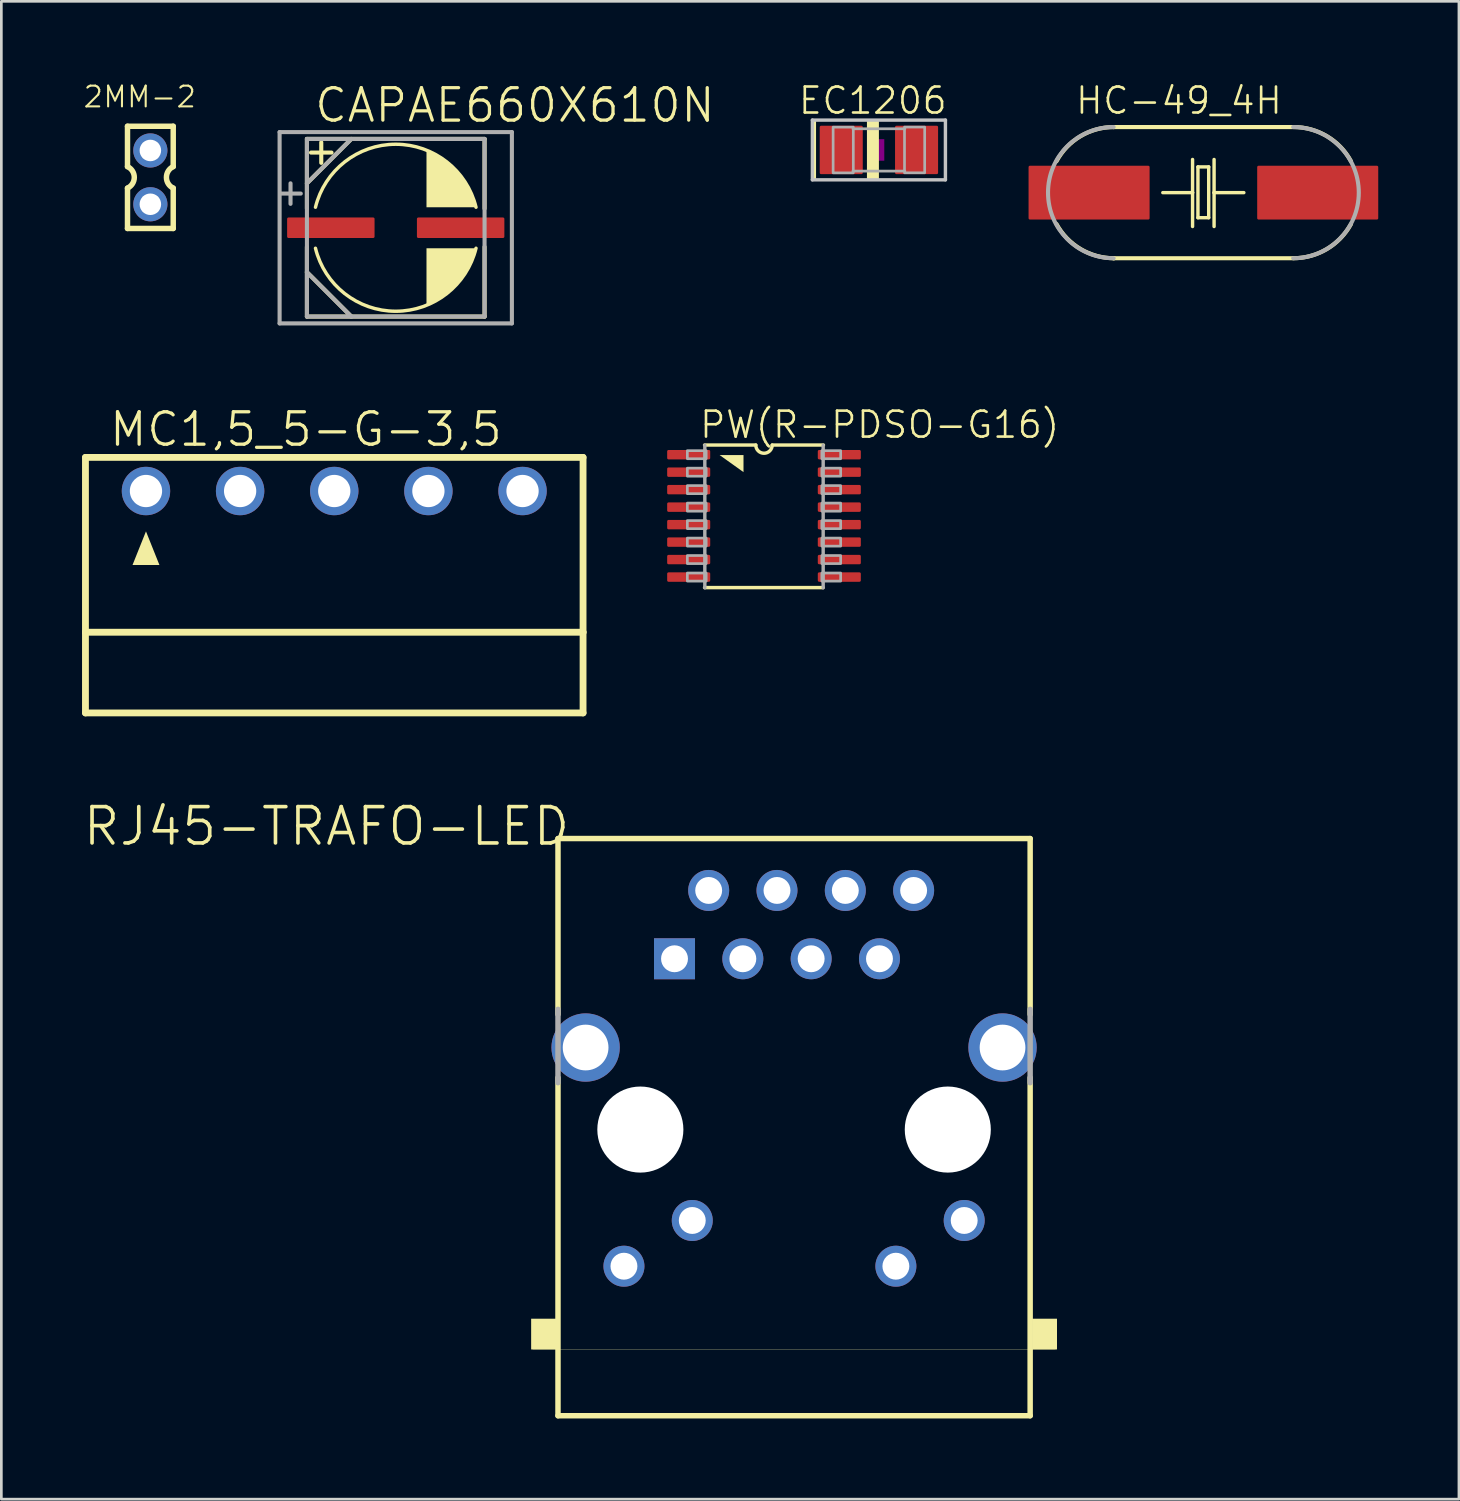
<source format=kicad_pcb>
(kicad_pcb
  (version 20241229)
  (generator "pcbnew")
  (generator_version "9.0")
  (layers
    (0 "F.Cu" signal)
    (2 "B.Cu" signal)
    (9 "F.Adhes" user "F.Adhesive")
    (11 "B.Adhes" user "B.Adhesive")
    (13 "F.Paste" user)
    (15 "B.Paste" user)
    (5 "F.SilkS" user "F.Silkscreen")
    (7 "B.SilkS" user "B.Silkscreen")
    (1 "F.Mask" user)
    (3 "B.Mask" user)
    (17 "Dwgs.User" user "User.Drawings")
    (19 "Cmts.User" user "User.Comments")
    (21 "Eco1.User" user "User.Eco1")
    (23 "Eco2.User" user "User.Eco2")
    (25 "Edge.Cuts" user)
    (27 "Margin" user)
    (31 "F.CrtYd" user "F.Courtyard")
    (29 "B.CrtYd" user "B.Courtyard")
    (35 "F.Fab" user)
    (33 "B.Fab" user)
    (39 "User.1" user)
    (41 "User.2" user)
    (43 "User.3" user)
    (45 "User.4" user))
  (footprint "CAPAE660X610N"
    (layer "F.Cu")
    (at 11.663 5.417)
    (property "Reference" "CAPAE660X610N" (at -3.086 -3.848 0) (layer "F.SilkS") (effects (font (size 1.206 1.206) (thickness 0.121)) (justify left bottom)))
    (attr through_hole)
    (fp_line (start -3.302 -3.302) (end -3.302 -0.711) (stroke (width 0.152) (type solid)) (layer "F.SilkS"))
    (fp_line (start -3.302 -1.651) (end -1.651 -3.302) (stroke (width 0.152) (type solid)) (layer "F.SilkS"))
    (fp_line (start -3.302 0.711) (end -3.302 1.651) (stroke (width 0.152) (type solid)) (layer "F.SilkS"))
    (fp_line (start -3.302 1.651) (end -3.302 3.302) (stroke (width 0.152) (type solid)) (layer "F.SilkS"))
    (fp_line (start -3.302 1.651) (end -1.651 3.302) (stroke (width 0.152) (type solid)) (layer "F.SilkS"))
    (fp_line (start -3.302 3.302) (end 3.302 3.302) (stroke (width 0.152) (type solid)) (layer "F.SilkS"))
    (fp_line (start -2.769 -3.175) (end -2.769 -2.413) (stroke (width 0.152) (type solid)) (layer "F.SilkS"))
    (fp_line (start -2.388 -2.794) (end -3.15 -2.794) (stroke (width 0.152) (type solid)) (layer "F.SilkS"))
    (fp_line (start 3.302 -3.302) (end -3.302 -3.302) (stroke (width 0.152) (type solid)) (layer "F.SilkS"))
    (fp_line (start 3.302 -0.711) (end 3.302 -3.302) (stroke (width 0.152) (type solid)) (layer "F.SilkS"))
    (fp_line (start 3.302 3.302) (end 3.302 0.711) (stroke (width 0.152) (type solid)) (layer "F.SilkS"))
    (fp_arc (start -2.9845 -0.761998) (mid -0.000001 -3.104349) (end 2.9845 -0.762) (stroke (width 0.127) (type solid)) (layer "F.SilkS"))
    (fp_arc (start 2.9845 0.761998) (mid 0.000001 3.104349) (end -2.9845 0.762) (stroke (width 0.127) (type solid)) (layer "F.SilkS"))
    (fp_poly (pts (xy 2.985 -0.762) (xy 1.143 -0.762) (xy 1.143 -2.857) (xy 1.143 -2.857) (xy 1.518 -2.682) (xy 1.865 -2.456) (xy 2.178 -2.186) (xy 2.451 -1.875) (xy 2.68 -1.53)) (stroke (width 0) (type solid)) (fill yes) (layer "F.SilkS"))
    (fp_poly (pts (xy 2.985 0.762) (xy 1.143 0.762) (xy 1.143 2.857) (xy 1.143 2.857) (xy 1.518 2.682) (xy 1.865 2.456) (xy 2.178 2.186) (xy 2.451 1.875) (xy 2.68 1.53)) (stroke (width 0) (type solid)) (fill yes) (layer "F.SilkS"))
    (fp_line (start -4.318 -3.556) (end 4.318 -3.556) (stroke (width 0.152) (type solid)) (layer "F.Fab"))
    (fp_line (start -4.318 3.556) (end -4.318 -3.556) (stroke (width 0.152) (type solid)) (layer "F.Fab"))
    (fp_line (start -3.912 -1.651) (end -3.912 -0.889) (stroke (width 0.152) (type solid)) (layer "F.Fab"))
    (fp_line (start -3.531 -1.27) (end -4.293 -1.27) (stroke (width 0.152) (type solid)) (layer "F.Fab"))
    (fp_line (start -3.302 -3.302) (end -3.302 3.302) (stroke (width 0.152) (type solid)) (layer "F.Fab"))
    (fp_line (start -3.302 -1.651) (end -1.651 -3.302) (stroke (width 0.152) (type solid)) (layer "F.Fab"))
    (fp_line (start -3.302 1.651) (end -1.651 3.302) (stroke (width 0.152) (type solid)) (layer "F.Fab"))
    (fp_line (start -3.302 3.302) (end 3.302 3.302) (stroke (width 0.152) (type solid)) (layer "F.Fab"))
    (fp_line (start 3.302 -3.302) (end -3.302 -3.302) (stroke (width 0.152) (type solid)) (layer "F.Fab"))
    (fp_line (start 3.302 3.302) (end 3.302 -3.302) (stroke (width 0.152) (type solid)) (layer "F.Fab"))
    (fp_line (start 4.318 -3.556) (end 4.318 3.556) (stroke (width 0.152) (type solid)) (layer "F.Fab"))
    (fp_line (start 4.318 3.556) (end -4.318 3.556) (stroke (width 0.152) (type solid)) (layer "F.Fab"))
    (pad "1" smd roundrect (at -2.413 0) (size 3.251 0.762) (layers "F.Cu" "F.Mask" "F.Paste") (roundrect_rratio 0.067))
    (pad "2" smd roundrect (at 2.413 0) (size 3.251 0.762) (layers "F.Cu" "F.Mask" "F.Paste") (roundrect_rratio 0.067)))
  (footprint "RJ45-TRAFO-LED"
    (layer "F.Cu")
    (at 26.472 38.945)
    (property "Reference" "RJ45-TRAFO-LED" (at -8.255 -12.065 0) (layer "F.SilkS") (effects (font (size 1.351 1.351) (thickness 0.135)) (justify right top)))
    (attr through_hole)
    (fp_line (start -8.777 -10.819) (end 8.777 -10.819) (stroke (width 0.203) (type solid)) (layer "F.SilkS"))
    (fp_line (start -8.777 -4.283) (end -8.777 -10.819) (stroke (width 0.203) (type solid)) (layer "F.SilkS"))
    (fp_line (start -8.777 10.639) (end -8.777 -1.929) (stroke (width 0.203) (type solid)) (layer "F.SilkS"))
    (fp_line (start 8.777 -10.819) (end 8.777 -4.283) (stroke (width 0.203) (type solid)) (layer "F.SilkS"))
    (fp_line (start 8.777 -1.929) (end 8.777 10.639) (stroke (width 0.203) (type solid)) (layer "F.SilkS"))
    (fp_line (start 8.777 10.639) (end -8.777 10.639) (stroke (width 0.203) (type solid)) (layer "F.SilkS"))
    (fp_line (start 9.716 8.18) (end -9.716 8.18) (stroke (width 0.01) (type solid)) (layer "F.SilkS"))
    (fp_poly (pts (xy -9.775 8.175) (xy -8.85 8.175) (xy -8.85 7.032) (xy -9.775 7.032)) (stroke (width 0) (type solid)) (fill yes) (layer "F.SilkS"))
    (fp_poly (pts (xy 8.85 8.175) (xy 9.775 8.175) (xy 9.775 7.032) (xy 8.85 7.032)) (stroke (width 0) (type solid)) (fill yes) (layer "F.SilkS"))
    (fp_line (start -8.777 -1.743) (end -8.777 -4.469) (stroke (width 0.203) (type solid)) (layer "F.Fab"))
    (fp_line (start 8.777 -4.469) (end 8.777 -1.743) (stroke (width 0.203) (type solid)) (layer "F.Fab"))
    (pad "" np_thru_hole circle (at -5.715 0) (size 3.2 3.2) (drill 3.2) (layers "*.Cu" "*.Mask"))
    (pad "" np_thru_hole circle (at 5.715 0) (size 3.2 3.2) (drill 3.2) (layers "*.Cu" "*.Mask"))
    (pad "1" thru_hole rect (at -4.445 -6.35) (size 1.524 1.524) (drill 1) (layers "*.Cu" "*.Mask"))
    (pad "2" thru_hole circle (at -3.175 -8.89) (size 1.524 1.524) (drill 1) (layers "*.Cu" "*.Mask"))
    (pad "3" thru_hole circle (at -1.905 -6.35) (size 1.524 1.524) (drill 1) (layers "*.Cu" "*.Mask"))
    (pad "4" thru_hole circle (at -0.635 -8.89) (size 1.524 1.524) (drill 1) (layers "*.Cu" "*.Mask"))
    (pad "5" thru_hole circle (at 0.635 -6.35) (size 1.524 1.524) (drill 1) (layers "*.Cu" "*.Mask"))
    (pad "6" thru_hole circle (at 1.905 -8.89) (size 1.524 1.524) (drill 1) (layers "*.Cu" "*.Mask"))
    (pad "7" thru_hole circle (at 3.175 -6.35) (size 1.524 1.524) (drill 1) (layers "*.Cu" "*.Mask"))
    (pad "8" thru_hole circle (at 4.445 -8.89) (size 1.524 1.524) (drill 1) (layers "*.Cu" "*.Mask"))
    (pad "9" thru_hole circle (at -6.325 5.08) (size 1.524 1.524) (drill 1) (layers "*.Cu" "*.Mask"))
    (pad "10" thru_hole circle (at -3.785 3.38) (size 1.524 1.524) (drill 1) (layers "*.Cu" "*.Mask"))
    (pad "11" thru_hole circle (at 3.785 5.08) (size 1.524 1.524) (drill 1) (layers "*.Cu" "*.Mask"))
    (pad "12" thru_hole circle (at 6.325 3.38) (size 1.524 1.524) (drill 1) (layers "*.Cu" "*.Mask"))
    (pad "SH" thru_hole circle (at -7.75 -3.05) (size 2.54 2.54) (drill 1.7) (layers "*.Cu" "*.Mask"))
    (pad "SH2" thru_hole circle (at 7.75 -3.05) (size 2.54 2.54) (drill 1.7) (layers "*.Cu" "*.Mask")))
  (footprint "HC-49_4H"
    (layer "F.Cu")
    (at 41.69 4.112)
    (property "Reference" "HC-49_4H" (at -4.81 -2.857 0) (layer "F.SilkS") (effects (font (size 0.965 0.965) (thickness 0.097)) (justify left bottom)))
    (attr through_hole)
    (fp_line (start -3.353 -2.438) (end -3.327 -2.438) (stroke (width 0.152) (type solid)) (layer "F.SilkS"))
    (fp_line (start -3.353 2.438) (end -3.327 2.438) (stroke (width 0.152) (type solid)) (layer "F.SilkS"))
    (fp_line (start -3.327 -2.438) (end 3.327 -2.438) (stroke (width 0.152) (type solid)) (layer "F.SilkS"))
    (fp_line (start -3.327 2.438) (end 3.327 2.438) (stroke (width 0.152) (type solid)) (layer "F.SilkS"))
    (fp_line (start -1.509 0) (end -0.403 0) (stroke (width 0.127) (type solid)) (layer "F.SilkS"))
    (fp_line (start -0.403 0) (end -0.403 -1.233) (stroke (width 0.127) (type solid)) (layer "F.SilkS"))
    (fp_line (start -0.403 1.259) (end -0.403 0) (stroke (width 0.127) (type solid)) (layer "F.SilkS"))
    (fp_line (start -0.203 -0.957) (end 0.197 -0.957) (stroke (width 0.127) (type solid)) (layer "F.SilkS"))
    (fp_line (start -0.203 0.932) (end -0.203 -0.957) (stroke (width 0.127) (type solid)) (layer "F.SilkS"))
    (fp_line (start 0.197 -0.957) (end 0.197 0.932) (stroke (width 0.127) (type solid)) (layer "F.SilkS"))
    (fp_line (start 0.197 0.932) (end -0.203 0.932) (stroke (width 0.127) (type solid)) (layer "F.SilkS"))
    (fp_line (start 0.397 -1.233) (end 0.397 0) (stroke (width 0.127) (type solid)) (layer "F.SilkS"))
    (fp_line (start 0.397 0) (end 0.397 1.259) (stroke (width 0.127) (type solid)) (layer "F.SilkS"))
    (fp_line (start 1.504 0) (end 0.397 0) (stroke (width 0.127) (type solid)) (layer "F.SilkS"))
    (fp_arc (start -5.461 -1.168399) (mid -4.569447 -2.097814) (end -3.3274 -2.4384) (stroke (width 0.1524) (type solid)) (layer "F.SilkS"))
    (fp_arc (start -3.3274 2.4384) (mid -4.567733 2.094937) (end -5.460999 1.1684) (stroke (width 0.1524) (type solid)) (layer "F.SilkS"))
    (fp_arc (start 3.3528 -2.4384) (mid 4.594847 -2.097814) (end 5.4864 -1.168399) (stroke (width 0.1524) (type solid)) (layer "F.SilkS"))
    (fp_arc (start 5.486399 1.1684) (mid 4.593133 2.094937) (end 3.3528 2.4384) (stroke (width 0.1524) (type solid)) (layer "F.SilkS"))
    (fp_arc (start -3.3384 2.4384) (mid -5.7768 0) (end -3.3384 -2.4384) (stroke (width 0.1524) (type solid)) (layer "F.Fab"))
    (fp_arc (start 3.3384 -2.4384) (mid 5.7768 0) (end 3.3384 2.4384) (stroke (width 0.1524) (type solid)) (layer "F.Fab"))
    (pad "1" smd roundrect (at -4.25 0) (size 4.5 2) (layers "F.Cu" "F.Mask" "F.Paste") (roundrect_rratio 0.025))
    (pad "2" smd roundrect (at 4.25 0) (size 4.5 2) (layers "F.Cu" "F.Mask" "F.Paste") (roundrect_rratio 0.025)))
  (footprint "PW(R-PDSO-G16)"
    (layer "F.Cu")
    (at 25.354 16.154)
    (property "Reference" "PW(R-PDSO-G16)" (at -2.45 -2.85 0) (layer "F.SilkS") (effects (font (size 0.965 0.965) (thickness 0.097)) (justify left bottom)))
    (attr through_hole)
    (fp_line (start -0.305 -2.658) (end -2.21 -2.658) (stroke (width 0.127) (type solid)) (layer "F.SilkS"))
    (fp_line (start 2.195 2.642) (end -2.21 2.642) (stroke (width 0.127) (type solid)) (layer "F.SilkS"))
    (fp_line (start 2.21 -2.658) (end 0.305 -2.658) (stroke (width 0.127) (type solid)) (layer "F.SilkS"))
    (fp_arc (start 0.3048 -2.6578) (mid 0 -2.353) (end -0.3048 -2.6578) (stroke (width 0.127) (type solid)) (layer "F.SilkS"))
    (fp_poly (pts (xy -1.651 -2.286) (xy -0.762 -2.286) (xy -0.762 -1.651)) (stroke (width 0) (type solid)) (fill yes) (layer "F.SilkS"))
    (fp_line (start -2.2 2.65) (end -2.2 -2.65) (stroke (width 0.127) (type solid)) (layer "F.Fab"))
    (fp_line (start 2.2 2.65) (end 2.2 -2.65) (stroke (width 0.127) (type solid)) (layer "F.Fab"))
    (fp_poly (pts (xy -2.85 -2.15) (xy -2.15 -2.15) (xy -2.15 -2.45) (xy -2.85 -2.45)) (stroke (width 0.1) (type solid)) (fill no) (layer "F.Fab"))
    (fp_poly (pts (xy -2.85 -1.5) (xy -2.15 -1.5) (xy -2.15 -1.8) (xy -2.85 -1.8)) (stroke (width 0.1) (type solid)) (fill no) (layer "F.Fab"))
    (fp_poly (pts (xy -2.85 -0.85) (xy -2.15 -0.85) (xy -2.15 -1.15) (xy -2.85 -1.15)) (stroke (width 0.1) (type solid)) (fill no) (layer "F.Fab"))
    (fp_poly (pts (xy -2.85 -0.2) (xy -2.15 -0.2) (xy -2.15 -0.5) (xy -2.85 -0.5)) (stroke (width 0.1) (type solid)) (fill no) (layer "F.Fab"))
    (fp_poly (pts (xy -2.85 0.45) (xy -2.15 0.45) (xy -2.15 0.15) (xy -2.85 0.15)) (stroke (width 0.1) (type solid)) (fill no) (layer "F.Fab"))
    (fp_poly (pts (xy -2.85 1.1) (xy -2.15 1.1) (xy -2.15 0.8) (xy -2.85 0.8)) (stroke (width 0.1) (type solid)) (fill no) (layer "F.Fab"))
    (fp_poly (pts (xy -2.85 1.75) (xy -2.15 1.75) (xy -2.15 1.45) (xy -2.85 1.45)) (stroke (width 0.1) (type solid)) (fill no) (layer "F.Fab"))
    (fp_poly (pts (xy -2.85 2.4) (xy -2.15 2.4) (xy -2.15 2.1) (xy -2.85 2.1)) (stroke (width 0.1) (type solid)) (fill no) (layer "F.Fab"))
    (fp_poly (pts (xy 2.15 -2.15) (xy 2.85 -2.15) (xy 2.85 -2.45) (xy 2.15 -2.45)) (stroke (width 0.1) (type solid)) (fill no) (layer "F.Fab"))
    (fp_poly (pts (xy 2.15 -1.5) (xy 2.85 -1.5) (xy 2.85 -1.8) (xy 2.15 -1.8)) (stroke (width 0.1) (type solid)) (fill no) (layer "F.Fab"))
    (fp_poly (pts (xy 2.15 -0.85) (xy 2.85 -0.85) (xy 2.85 -1.15) (xy 2.15 -1.15)) (stroke (width 0.1) (type solid)) (fill no) (layer "F.Fab"))
    (fp_poly (pts (xy 2.15 -0.2) (xy 2.85 -0.2) (xy 2.85 -0.5) (xy 2.15 -0.5)) (stroke (width 0.1) (type solid)) (fill no) (layer "F.Fab"))
    (fp_poly (pts (xy 2.15 0.45) (xy 2.85 0.45) (xy 2.85 0.15) (xy 2.15 0.15)) (stroke (width 0.1) (type solid)) (fill no) (layer "F.Fab"))
    (fp_poly (pts (xy 2.15 1.1) (xy 2.85 1.1) (xy 2.85 0.8) (xy 2.15 0.8)) (stroke (width 0.1) (type solid)) (fill no) (layer "F.Fab"))
    (fp_poly (pts (xy 2.15 1.75) (xy 2.85 1.75) (xy 2.85 1.45) (xy 2.15 1.45)) (stroke (width 0.1) (type solid)) (fill no) (layer "F.Fab"))
    (fp_poly (pts (xy 2.15 2.4) (xy 2.85 2.4) (xy 2.85 2.1) (xy 2.15 2.1)) (stroke (width 0.1) (type solid)) (fill no) (layer "F.Fab"))
    (pad "1" smd roundrect (at -2.8 -2.3) (size 1.6 0.35) (layers "F.Cu" "F.Mask" "F.Paste") (roundrect_rratio 0.145))
    (pad "2" smd roundrect (at -2.8 -1.65) (size 1.6 0.35) (layers "F.Cu" "F.Mask" "F.Paste") (roundrect_rratio 0.145))
    (pad "3" smd roundrect (at -2.8 -1) (size 1.6 0.35) (layers "F.Cu" "F.Mask" "F.Paste") (roundrect_rratio 0.145))
    (pad "4" smd roundrect (at -2.8 -0.35) (size 1.6 0.35) (layers "F.Cu" "F.Mask" "F.Paste") (roundrect_rratio 0.145))
    (pad "5" smd roundrect (at -2.8 0.3) (size 1.6 0.35) (layers "F.Cu" "F.Mask" "F.Paste") (roundrect_rratio 0.145))
    (pad "6" smd roundrect (at -2.8 0.95) (size 1.6 0.35) (layers "F.Cu" "F.Mask" "F.Paste") (roundrect_rratio 0.145))
    (pad "7" smd roundrect (at -2.8 1.6) (size 1.6 0.35) (layers "F.Cu" "F.Mask" "F.Paste") (roundrect_rratio 0.145))
    (pad "8" smd roundrect (at -2.8 2.25) (size 1.6 0.35) (layers "F.Cu" "F.Mask" "F.Paste") (roundrect_rratio 0.145))
    (pad "9" smd roundrect (at 2.8 2.25) (size 1.6 0.35) (layers "F.Cu" "F.Mask" "F.Paste") (roundrect_rratio 0.145))
    (pad "10" smd roundrect (at 2.8 1.6) (size 1.6 0.35) (layers "F.Cu" "F.Mask" "F.Paste") (roundrect_rratio 0.145))
    (pad "11" smd roundrect (at 2.8 0.95) (size 1.6 0.35) (layers "F.Cu" "F.Mask" "F.Paste") (roundrect_rratio 0.145))
    (pad "12" smd roundrect (at 2.8 0.3) (size 1.6 0.35) (layers "F.Cu" "F.Mask" "F.Paste") (roundrect_rratio 0.145))
    (pad "13" smd roundrect (at 2.8 -0.35) (size 1.6 0.35) (layers "F.Cu" "F.Mask" "F.Paste") (roundrect_rratio 0.145))
    (pad "14" smd roundrect (at 2.8 -1) (size 1.6 0.35) (layers "F.Cu" "F.Mask" "F.Paste") (roundrect_rratio 0.145))
    (pad "15" smd roundrect (at 2.8 -1.65) (size 1.6 0.35) (layers "F.Cu" "F.Mask" "F.Paste") (roundrect_rratio 0.145))
    (pad "16" smd roundrect (at 2.8 -2.3) (size 1.6 0.35) (layers "F.Cu" "F.Mask" "F.Paste") (roundrect_rratio 0.145)))
  (footprint "MC1,5_5-G-3,5"
    (layer "F.Cu")
    (at 9.377 15.205)
    (property "Reference" "MC1,5_5-G-3,5" (at -8.425 -1.587 0) (layer "F.SilkS") (effects (font (size 1.206 1.206) (thickness 0.121)) (justify left bottom)))
    (attr through_hole)
    (fp_line (start -9.25 -1.25) (end 9.25 -1.25) (stroke (width 0.254) (type solid)) (layer "F.SilkS"))
    (fp_line (start -9.25 5.25) (end -9.25 -1.25) (stroke (width 0.254) (type solid)) (layer "F.SilkS"))
    (fp_line (start -9.25 5.25) (end 9.25 5.25) (stroke (width 0.254) (type solid)) (layer "F.SilkS"))
    (fp_line (start -9.25 8.25) (end -9.25 5.25) (stroke (width 0.254) (type solid)) (layer "F.SilkS"))
    (fp_line (start -9.25 8.25) (end 9.25 8.25) (stroke (width 0.254) (type solid)) (layer "F.SilkS"))
    (fp_line (start 9.25 5.25) (end 9.25 -1.25) (stroke (width 0.254) (type solid)) (layer "F.SilkS"))
    (fp_line (start 9.25 8.25) (end 9.25 5.25) (stroke (width 0.254) (type solid)) (layer "F.SilkS"))
    (fp_poly (pts (xy -7 1.5) (xy -7.5 2.75) (xy -6.5 2.75)) (stroke (width 0) (type solid)) (fill yes) (layer "F.SilkS"))
    (pad "1" thru_hole circle (at -7 0) (size 1.8 1.8) (drill 1.2) (layers "*.Cu" "*.Mask"))
    (pad "2" thru_hole circle (at -3.5 0) (size 1.8 1.8) (drill 1.2) (layers "*.Cu" "*.Mask"))
    (pad "3" thru_hole circle (at 0 0) (size 1.8 1.8) (drill 1.2) (layers "*.Cu" "*.Mask"))
    (pad "4" thru_hole circle (at 3.5 0) (size 1.8 1.8) (drill 1.2) (layers "*.Cu" "*.Mask"))
    (pad "5" thru_hole circle (at 7 0) (size 1.8 1.8) (drill 1.2) (layers "*.Cu" "*.Mask")))
  (footprint "2MM-2"
    (layer "F.Cu")
    (at 2.54 3.544)
    (property "Reference" "2MM-2" (at -2.54 -2.54 180) (layer "F.SilkS") (effects (font (size 0.772 0.772) (thickness 0.077)) (justify left bottom)))
    (attr through_hole)
    (fp_line (start -0.85 -1.9) (end -0.85 -0.4) (stroke (width 0.203) (type solid)) (layer "F.SilkS"))
    (fp_line (start -0.85 0.4) (end -0.85 1.9) (stroke (width 0.203) (type solid)) (layer "F.SilkS"))
    (fp_line (start -0.85 1.9) (end 0.85 1.9) (stroke (width 0.203) (type solid)) (layer "F.SilkS"))
    (fp_line (start 0.85 -1.9) (end -0.85 -1.9) (stroke (width 0.203) (type solid)) (layer "F.SilkS"))
    (fp_line (start 0.85 -0.4) (end 0.85 -1.9) (stroke (width 0.203) (type solid)) (layer "F.SilkS"))
    (fp_line (start 0.85 1.9) (end 0.85 0.4) (stroke (width 0.203) (type solid)) (layer "F.SilkS"))
    (fp_arc (start -0.85 -0.4) (mid -0.597168 -0.000001) (end -0.849998 0.399999) (stroke (width 0.2032) (type solid)) (layer "F.SilkS"))
    (fp_arc (start 0.85 0.4) (mid 0.597168 0.000001) (end 0.849998 -0.399999) (stroke (width 0.2032) (type solid)) (layer "F.SilkS"))
    (fp_poly (pts (xy -0.25 -0.75) (xy 0.25 -0.75) (xy 0.25 -1.25) (xy -0.25 -1.25)) (stroke (width 0.1) (type solid)) (fill no) (layer "F.Fab"))
    (fp_poly (pts (xy -0.25 1.25) (xy 0.25 1.25) (xy 0.25 0.75) (xy -0.25 0.75)) (stroke (width 0.1) (type solid)) (fill no) (layer "F.Fab"))
    (pad "1" thru_hole circle (at 0 1) (size 1.27 1.27) (drill 0.8) (layers "*.Cu" "*.Mask"))
    (pad "2" thru_hole circle (at 0 -1) (size 1.27 1.27) (drill 0.8) (layers "*.Cu" "*.Mask")))
  (footprint "EC1206"
    (layer "F.Cu")
    (at 29.626 2.525)
    (property "Reference" "EC1206" (at -3.048 -1.27 0) (layer "F.SilkS") (effects (font (size 0.965 0.965) (thickness 0.097)) (justify left bottom)))
    (attr through_hole)
    (fp_poly (pts (xy -2.489 1.143) (xy -2.337 1.143) (xy -2.337 -1.143) (xy -2.489 -1.143)) (stroke (width 0) (type solid)) (fill yes) (layer "F.SilkS"))
    (fp_poly (pts (xy -0.445 1.143) (xy 0 1.143) (xy 0 -1.143) (xy -0.445 -1.143)) (stroke (width 0) (type solid)) (fill yes) (layer "F.SilkS"))
    (fp_poly (pts (xy -0.2 0.4) (xy 0.2 0.4) (xy 0.2 -0.4) (xy -0.2 -0.4)) (stroke (width 0) (type solid)) (fill yes) (layer "F.Adhes"))
    (fp_line (start -2.473 -1.11) (end 2.473 -1.11) (stroke (width 0.127) (type solid)) (layer "Dwgs.User"))
    (fp_line (start -2.473 1.11) (end -2.473 -1.11) (stroke (width 0.127) (type solid)) (layer "Dwgs.User"))
    (fp_line (start 2.473 -1.11) (end 2.473 1.11) (stroke (width 0.127) (type solid)) (layer "Dwgs.User"))
    (fp_line (start 2.473 1.11) (end -2.473 1.11) (stroke (width 0.127) (type solid)) (layer "Dwgs.User"))
    (fp_line (start -0.965 -0.787) (end 0.965 -0.787) (stroke (width 0.102) (type solid)) (layer "F.Fab"))
    (fp_line (start -0.965 0.787) (end 0.965 0.787) (stroke (width 0.102) (type solid)) (layer "F.Fab"))
    (fp_poly (pts (xy -1.702 0.851) (xy -0.952 0.851) (xy -0.952 -0.849) (xy -1.702 -0.849)) (stroke (width 0.1) (type solid)) (fill no) (layer "F.Fab"))
    (fp_poly (pts (xy 0.952 0.849) (xy 1.702 0.849) (xy 1.702 -0.851) (xy 0.952 -0.851)) (stroke (width 0.1) (type solid)) (fill no) (layer "F.Fab"))
    (pad "+" smd roundrect (at -1.4 0) (size 1.6 1.8) (layers "F.Cu" "F.Mask" "F.Paste") (roundrect_rratio 0.032))
    (pad "-" smd roundrect (at 1.4 0) (size 1.6 1.8) (layers "F.Cu" "F.Mask" "F.Paste") (roundrect_rratio 0.032)))
  (gr_rect
    (start -3 -3)
    (end 51.19 52.686)
    (stroke (width 0.1) (type default))
    (fill no)
    (layer "Edge.Cuts")))
</source>
